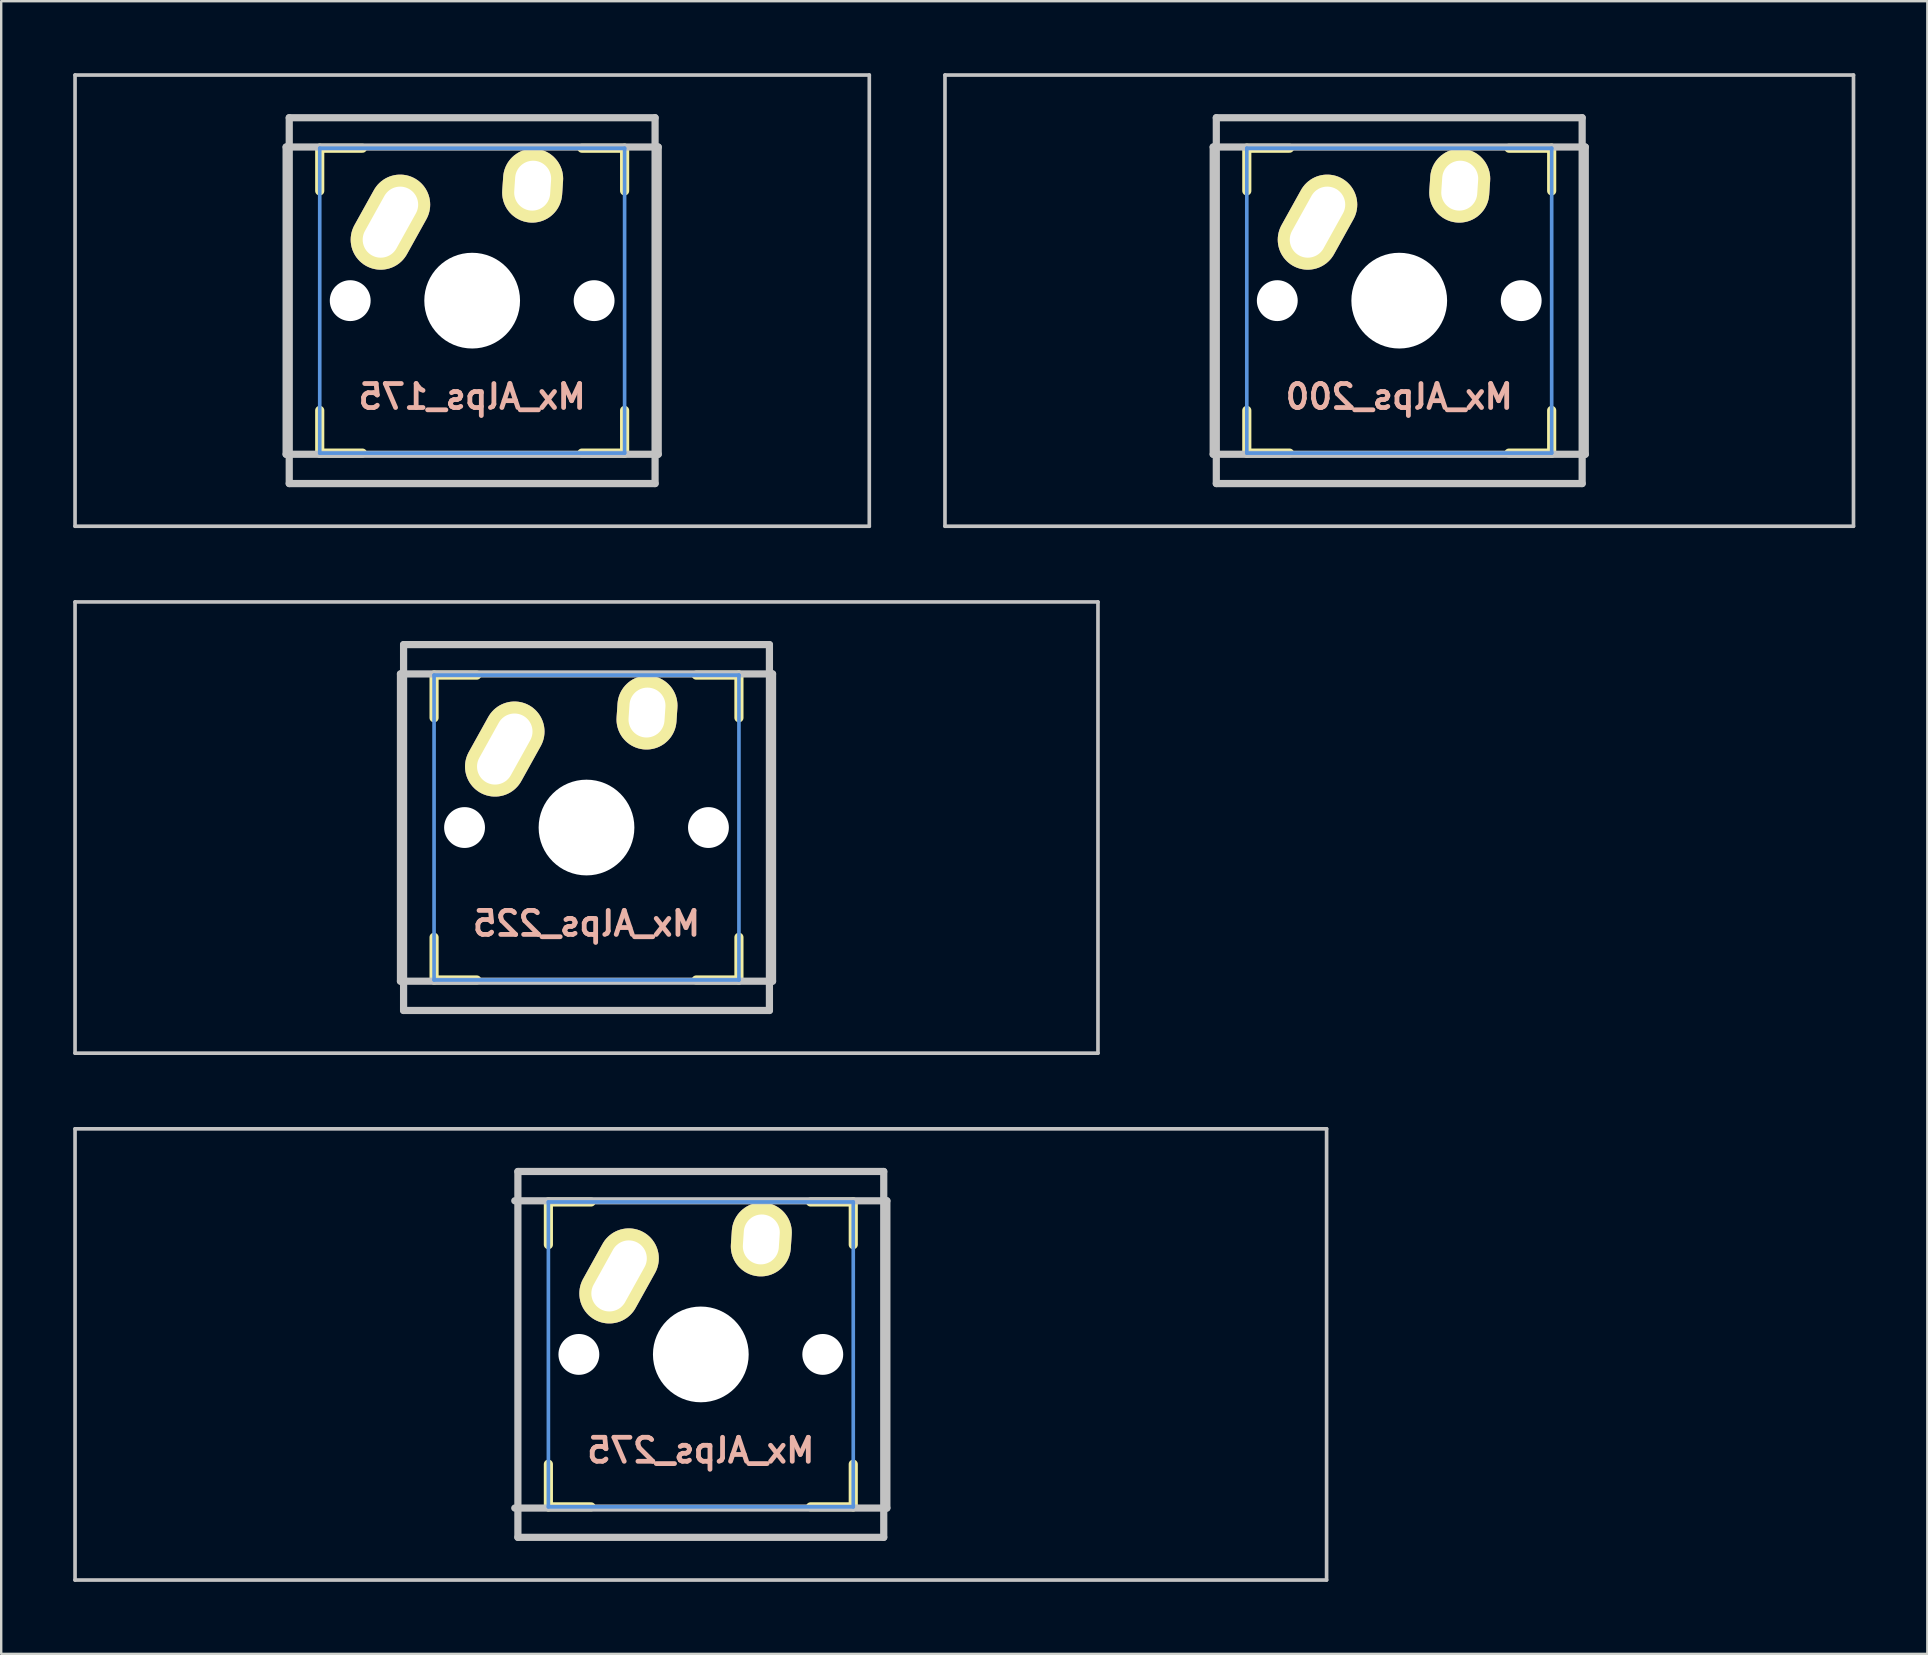
<source format=kicad_pcb>
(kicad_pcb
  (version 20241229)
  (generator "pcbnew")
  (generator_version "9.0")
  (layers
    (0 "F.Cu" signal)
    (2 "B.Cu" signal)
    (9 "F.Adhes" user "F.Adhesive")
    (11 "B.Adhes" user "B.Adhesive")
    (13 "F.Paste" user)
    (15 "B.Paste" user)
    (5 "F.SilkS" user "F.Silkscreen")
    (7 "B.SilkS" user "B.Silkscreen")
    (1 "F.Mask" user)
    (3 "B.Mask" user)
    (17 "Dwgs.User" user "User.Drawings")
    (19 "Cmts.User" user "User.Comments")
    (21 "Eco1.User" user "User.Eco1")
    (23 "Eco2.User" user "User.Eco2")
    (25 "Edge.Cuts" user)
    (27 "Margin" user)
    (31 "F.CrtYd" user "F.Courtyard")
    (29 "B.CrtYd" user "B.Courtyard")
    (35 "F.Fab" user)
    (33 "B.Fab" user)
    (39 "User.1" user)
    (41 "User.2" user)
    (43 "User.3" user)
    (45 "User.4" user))
  (footprint "Mx_Alps_225"
    (layer "F.Cu")
    (at 21.382 31.423)
    (property "Reference" "Mx_Alps_225" (at 0 4 0) (layer "B.SilkS") (effects (font (size 1 1) (thickness 0.2)) (justify mirror)))
    (attr through_hole)
    (fp_line (start -6.35 -6.35) (end -4.572 -6.35) (stroke (width 0.381) (type solid)) (layer "F.SilkS"))
    (fp_line (start -6.35 -4.572) (end -6.35 -6.35) (stroke (width 0.381) (type solid)) (layer "F.SilkS"))
    (fp_line (start -6.35 6.35) (end -6.35 4.572) (stroke (width 0.381) (type solid)) (layer "F.SilkS"))
    (fp_line (start -4.572 6.35) (end -6.35 6.35) (stroke (width 0.381) (type solid)) (layer "F.SilkS"))
    (fp_line (start 4.572 -6.35) (end 6.35 -6.35) (stroke (width 0.381) (type solid)) (layer "F.SilkS"))
    (fp_line (start 6.35 -6.35) (end 6.35 -4.572) (stroke (width 0.381) (type solid)) (layer "F.SilkS"))
    (fp_line (start 6.35 4.572) (end 6.35 6.35) (stroke (width 0.381) (type solid)) (layer "F.SilkS"))
    (fp_line (start 6.35 6.35) (end 4.572 6.35) (stroke (width 0.381) (type solid)) (layer "F.SilkS"))
    (fp_line (start -21.306 -9.398) (end 21.306 -9.398) (stroke (width 0.152) (type solid)) (layer "Dwgs.User"))
    (fp_line (start -21.306 9.398) (end -21.306 -9.398) (stroke (width 0.152) (type solid)) (layer "Dwgs.User"))
    (fp_line (start -7.75 6.4) (end -7.75 -6.4) (stroke (width 0.3) (type solid)) (layer "Dwgs.User"))
    (fp_line (start -7.75 6.4) (end 7.75 6.4) (stroke (width 0.3) (type solid)) (layer "Dwgs.User"))
    (fp_line (start -7.62 -7.62) (end 7.62 -7.62) (stroke (width 0.3) (type solid)) (layer "Dwgs.User"))
    (fp_line (start -7.62 7.62) (end -7.62 -7.62) (stroke (width 0.3) (type solid)) (layer "Dwgs.User"))
    (fp_line (start 7.62 -7.62) (end 7.62 7.62) (stroke (width 0.3) (type solid)) (layer "Dwgs.User"))
    (fp_line (start 7.62 7.62) (end -7.62 7.62) (stroke (width 0.3) (type solid)) (layer "Dwgs.User"))
    (fp_line (start 7.75 -6.4) (end -7.75 -6.4) (stroke (width 0.3) (type solid)) (layer "Dwgs.User"))
    (fp_line (start 7.75 6.4) (end 7.75 -6.4) (stroke (width 0.3) (type solid)) (layer "Dwgs.User"))
    (fp_line (start 21.306 -9.398) (end 21.306 9.398) (stroke (width 0.152) (type solid)) (layer "Dwgs.User"))
    (fp_line (start 21.306 9.398) (end -21.306 9.398) (stroke (width 0.152) (type solid)) (layer "Dwgs.User"))
    (fp_line (start -6.35 -6.35) (end 6.35 -6.35) (stroke (width 0.152) (type solid)) (layer "Cmts.User"))
    (fp_line (start -6.35 6.35) (end -6.35 -6.35) (stroke (width 0.152) (type solid)) (layer "Cmts.User"))
    (fp_line (start 6.35 -6.35) (end 6.35 6.35) (stroke (width 0.152) (type solid)) (layer "Cmts.User"))
    (fp_line (start 6.35 6.35) (end -6.35 6.35) (stroke (width 0.152) (type solid)) (layer "Cmts.User"))
    (fp_line (start -6.985 -6.985) (end 6.985 -6.985) (stroke (width 0.152) (type solid)) (layer "Eco2.User"))
    (fp_line (start -6.985 6.985) (end -6.985 -6.985) (stroke (width 0.152) (type solid)) (layer "Eco2.User"))
    (fp_line (start 6.985 -6.985) (end 6.985 6.985) (stroke (width 0.152) (type solid)) (layer "Eco2.User"))
    (fp_line (start 6.985 6.985) (end -6.985 6.985) (stroke (width 0.152) (type solid)) (layer "Eco2.User"))
    (pad "" np_thru_hole circle (at -5.08 0) (size 1.702 1.702) (drill 1.702) (layers "*.Cu"))
    (pad "" np_thru_hole circle (at 0 0) (size 3.988 3.988) (drill 3.988) (layers "*.Cu"))
    (pad "" np_thru_hole circle (at 5.08 0) (size 1.702 1.702) (drill 1.702) (layers "*.Cu"))
    (pad "1" thru_hole oval (at -3.405 -3.27 330.95) (size 2.5 4.17) (drill oval 1.5 3.17) (layers "*.Cu" "*.Mask" "F.SilkS"))
    (pad "2" thru_hole oval (at 2.52 -4.79 356.1) (size 2.5 3.08) (drill oval 1.5 2.08) (layers "*.Cu" "*.Mask" "F.SilkS")))
  (footprint "Mx_Alps_175"
    (layer "F.Cu")
    (at 16.619 9.474)
    (property "Reference" "Mx_Alps_175" (at 0 4 0) (layer "B.SilkS") (effects (font (size 1 1) (thickness 0.2)) (justify mirror)))
    (attr through_hole)
    (fp_line (start -6.35 -6.35) (end -4.572 -6.35) (stroke (width 0.381) (type solid)) (layer "F.SilkS"))
    (fp_line (start -6.35 -4.572) (end -6.35 -6.35) (stroke (width 0.381) (type solid)) (layer "F.SilkS"))
    (fp_line (start -6.35 6.35) (end -6.35 4.572) (stroke (width 0.381) (type solid)) (layer "F.SilkS"))
    (fp_line (start -4.572 6.35) (end -6.35 6.35) (stroke (width 0.381) (type solid)) (layer "F.SilkS"))
    (fp_line (start 4.572 -6.35) (end 6.35 -6.35) (stroke (width 0.381) (type solid)) (layer "F.SilkS"))
    (fp_line (start 6.35 -6.35) (end 6.35 -4.572) (stroke (width 0.381) (type solid)) (layer "F.SilkS"))
    (fp_line (start 6.35 4.572) (end 6.35 6.35) (stroke (width 0.381) (type solid)) (layer "F.SilkS"))
    (fp_line (start 6.35 6.35) (end 4.572 6.35) (stroke (width 0.381) (type solid)) (layer "F.SilkS"))
    (fp_line (start -16.543 -9.398) (end 16.543 -9.398) (stroke (width 0.152) (type solid)) (layer "Dwgs.User"))
    (fp_line (start -16.543 9.398) (end -16.543 -9.398) (stroke (width 0.152) (type solid)) (layer "Dwgs.User"))
    (fp_line (start -7.75 6.4) (end -7.75 -6.4) (stroke (width 0.3) (type solid)) (layer "Dwgs.User"))
    (fp_line (start -7.75 6.4) (end 7.75 6.4) (stroke (width 0.3) (type solid)) (layer "Dwgs.User"))
    (fp_line (start -7.62 -7.62) (end 7.62 -7.62) (stroke (width 0.3) (type solid)) (layer "Dwgs.User"))
    (fp_line (start -7.62 7.62) (end -7.62 -7.62) (stroke (width 0.3) (type solid)) (layer "Dwgs.User"))
    (fp_line (start 7.62 -7.62) (end 7.62 7.62) (stroke (width 0.3) (type solid)) (layer "Dwgs.User"))
    (fp_line (start 7.62 7.62) (end -7.62 7.62) (stroke (width 0.3) (type solid)) (layer "Dwgs.User"))
    (fp_line (start 7.75 -6.4) (end -7.75 -6.4) (stroke (width 0.3) (type solid)) (layer "Dwgs.User"))
    (fp_line (start 7.75 6.4) (end 7.75 -6.4) (stroke (width 0.3) (type solid)) (layer "Dwgs.User"))
    (fp_line (start 16.543 -9.398) (end 16.543 9.398) (stroke (width 0.152) (type solid)) (layer "Dwgs.User"))
    (fp_line (start 16.543 9.398) (end -16.543 9.398) (stroke (width 0.152) (type solid)) (layer "Dwgs.User"))
    (fp_line (start -6.35 -6.35) (end 6.35 -6.35) (stroke (width 0.152) (type solid)) (layer "Cmts.User"))
    (fp_line (start -6.35 6.35) (end -6.35 -6.35) (stroke (width 0.152) (type solid)) (layer "Cmts.User"))
    (fp_line (start 6.35 -6.35) (end 6.35 6.35) (stroke (width 0.152) (type solid)) (layer "Cmts.User"))
    (fp_line (start 6.35 6.35) (end -6.35 6.35) (stroke (width 0.152) (type solid)) (layer "Cmts.User"))
    (fp_line (start -6.985 -6.985) (end 6.985 -6.985) (stroke (width 0.152) (type solid)) (layer "Eco2.User"))
    (fp_line (start -6.985 6.985) (end -6.985 -6.985) (stroke (width 0.152) (type solid)) (layer "Eco2.User"))
    (fp_line (start 6.985 -6.985) (end 6.985 6.985) (stroke (width 0.152) (type solid)) (layer "Eco2.User"))
    (fp_line (start 6.985 6.985) (end -6.985 6.985) (stroke (width 0.152) (type solid)) (layer "Eco2.User"))
    (pad "" np_thru_hole circle (at -5.08 0) (size 1.702 1.702) (drill 1.702) (layers "*.Cu"))
    (pad "" np_thru_hole circle (at 0 0) (size 3.988 3.988) (drill 3.988) (layers "*.Cu"))
    (pad "" np_thru_hole circle (at 5.08 0) (size 1.702 1.702) (drill 1.702) (layers "*.Cu"))
    (pad "1" thru_hole oval (at -3.405 -3.27 330.95) (size 2.5 4.17) (drill oval 1.5 3.17) (layers "*.Cu" "*.Mask" "F.SilkS"))
    (pad "2" thru_hole oval (at 2.52 -4.79 356.1) (size 2.5 3.08) (drill oval 1.5 2.08) (layers "*.Cu" "*.Mask" "F.SilkS")))
  (footprint "Mx_Alps_275"
    (layer "F.Cu")
    (at 26.144 53.371)
    (property "Reference" "Mx_Alps_275" (at 0 4 0) (layer "B.SilkS") (effects (font (size 1 1) (thickness 0.2)) (justify mirror)))
    (attr through_hole)
    (fp_line (start -6.35 -6.35) (end -4.572 -6.35) (stroke (width 0.381) (type solid)) (layer "F.SilkS"))
    (fp_line (start -6.35 -4.572) (end -6.35 -6.35) (stroke (width 0.381) (type solid)) (layer "F.SilkS"))
    (fp_line (start -6.35 6.35) (end -6.35 4.572) (stroke (width 0.381) (type solid)) (layer "F.SilkS"))
    (fp_line (start -4.572 6.35) (end -6.35 6.35) (stroke (width 0.381) (type solid)) (layer "F.SilkS"))
    (fp_line (start 4.572 -6.35) (end 6.35 -6.35) (stroke (width 0.381) (type solid)) (layer "F.SilkS"))
    (fp_line (start 6.35 -6.35) (end 6.35 -4.572) (stroke (width 0.381) (type solid)) (layer "F.SilkS"))
    (fp_line (start 6.35 4.572) (end 6.35 6.35) (stroke (width 0.381) (type solid)) (layer "F.SilkS"))
    (fp_line (start 6.35 6.35) (end 4.572 6.35) (stroke (width 0.381) (type solid)) (layer "F.SilkS"))
    (fp_line (start -26.068 -9.398) (end 26.068 -9.398) (stroke (width 0.152) (type solid)) (layer "Dwgs.User"))
    (fp_line (start -26.068 9.398) (end -26.068 -9.398) (stroke (width 0.152) (type solid)) (layer "Dwgs.User"))
    (fp_line (start -7.75 6.4) (end 7.75 6.4) (stroke (width 0.3) (type solid)) (layer "Dwgs.User"))
    (fp_line (start -7.62 -7.62) (end 7.62 -7.62) (stroke (width 0.3) (type solid)) (layer "Dwgs.User"))
    (fp_line (start -7.62 7.62) (end -7.62 -7.62) (stroke (width 0.3) (type solid)) (layer "Dwgs.User"))
    (fp_line (start 7.62 -7.62) (end 7.62 7.62) (stroke (width 0.3) (type solid)) (layer "Dwgs.User"))
    (fp_line (start 7.62 7.62) (end -7.62 7.62) (stroke (width 0.3) (type solid)) (layer "Dwgs.User"))
    (fp_line (start 7.75 -6.4) (end -7.75 -6.4) (stroke (width 0.3) (type solid)) (layer "Dwgs.User"))
    (fp_line (start 7.75 6.4) (end 7.75 -6.4) (stroke (width 0.3) (type solid)) (layer "Dwgs.User"))
    (fp_line (start 26.068 -9.398) (end 26.068 9.398) (stroke (width 0.152) (type solid)) (layer "Dwgs.User"))
    (fp_line (start 26.068 9.398) (end -26.068 9.398) (stroke (width 0.152) (type solid)) (layer "Dwgs.User"))
    (fp_line (start -6.35 -6.35) (end 6.35 -6.35) (stroke (width 0.152) (type solid)) (layer "Cmts.User"))
    (fp_line (start -6.35 6.35) (end -6.35 -6.35) (stroke (width 0.152) (type solid)) (layer "Cmts.User"))
    (fp_line (start 6.35 -6.35) (end 6.35 6.35) (stroke (width 0.152) (type solid)) (layer "Cmts.User"))
    (fp_line (start 6.35 6.35) (end -6.35 6.35) (stroke (width 0.152) (type solid)) (layer "Cmts.User"))
    (fp_line (start -6.985 -6.985) (end 6.985 -6.985) (stroke (width 0.152) (type solid)) (layer "Eco2.User"))
    (fp_line (start -6.985 6.985) (end -6.985 -6.985) (stroke (width 0.152) (type solid)) (layer "Eco2.User"))
    (fp_line (start 6.985 -6.985) (end 6.985 6.985) (stroke (width 0.152) (type solid)) (layer "Eco2.User"))
    (fp_line (start 6.985 6.985) (end -6.985 6.985) (stroke (width 0.152) (type solid)) (layer "Eco2.User"))
    (pad "" np_thru_hole circle (at -5.08 0) (size 1.702 1.702) (drill 1.702) (layers "*.Cu"))
    (pad "" np_thru_hole circle (at 0 0) (size 3.988 3.988) (drill 3.988) (layers "*.Cu"))
    (pad "" np_thru_hole circle (at 5.08 0) (size 1.702 1.702) (drill 1.702) (layers "*.Cu"))
    (pad "1" thru_hole oval (at -3.405 -3.27 330.95) (size 2.5 4.17) (drill oval 1.5 3.17) (layers "*.Cu" "*.Mask" "F.SilkS"))
    (pad "2" thru_hole oval (at 2.52 -4.79 356.1) (size 2.5 3.08) (drill oval 1.5 2.08) (layers "*.Cu" "*.Mask" "F.SilkS")))
  (footprint "Mx_Alps_200"
    (layer "F.Cu")
    (at 55.238 9.474)
    (property "Reference" "Mx_Alps_200" (at 0 4 0) (layer "B.SilkS") (effects (font (size 1 1) (thickness 0.2)) (justify mirror)))
    (attr through_hole)
    (fp_line (start -6.35 -6.35) (end -4.572 -6.35) (stroke (width 0.381) (type solid)) (layer "F.SilkS"))
    (fp_line (start -6.35 -4.572) (end -6.35 -6.35) (stroke (width 0.381) (type solid)) (layer "F.SilkS"))
    (fp_line (start -6.35 6.35) (end -6.35 4.572) (stroke (width 0.381) (type solid)) (layer "F.SilkS"))
    (fp_line (start -4.572 6.35) (end -6.35 6.35) (stroke (width 0.381) (type solid)) (layer "F.SilkS"))
    (fp_line (start 4.572 -6.35) (end 6.35 -6.35) (stroke (width 0.381) (type solid)) (layer "F.SilkS"))
    (fp_line (start 6.35 -6.35) (end 6.35 -4.572) (stroke (width 0.381) (type solid)) (layer "F.SilkS"))
    (fp_line (start 6.35 4.572) (end 6.35 6.35) (stroke (width 0.381) (type solid)) (layer "F.SilkS"))
    (fp_line (start 6.35 6.35) (end 4.572 6.35) (stroke (width 0.381) (type solid)) (layer "F.SilkS"))
    (fp_line (start -18.923 -9.398) (end 18.923 -9.398) (stroke (width 0.152) (type solid)) (layer "Dwgs.User"))
    (fp_line (start -18.923 9.398) (end -18.923 -9.398) (stroke (width 0.152) (type solid)) (layer "Dwgs.User"))
    (fp_line (start -7.75 6.4) (end -7.75 -6.4) (stroke (width 0.3) (type solid)) (layer "Dwgs.User"))
    (fp_line (start -7.75 6.4) (end 7.75 6.4) (stroke (width 0.3) (type solid)) (layer "Dwgs.User"))
    (fp_line (start -7.62 -7.62) (end 7.62 -7.62) (stroke (width 0.3) (type solid)) (layer "Dwgs.User"))
    (fp_line (start -7.62 7.62) (end -7.62 -7.62) (stroke (width 0.3) (type solid)) (layer "Dwgs.User"))
    (fp_line (start 7.62 -7.62) (end 7.62 7.62) (stroke (width 0.3) (type solid)) (layer "Dwgs.User"))
    (fp_line (start 7.62 7.62) (end -7.62 7.62) (stroke (width 0.3) (type solid)) (layer "Dwgs.User"))
    (fp_line (start 7.75 -6.4) (end -7.75 -6.4) (stroke (width 0.3) (type solid)) (layer "Dwgs.User"))
    (fp_line (start 7.75 6.4) (end 7.75 -6.4) (stroke (width 0.3) (type solid)) (layer "Dwgs.User"))
    (fp_line (start 18.923 -9.398) (end 18.923 9.398) (stroke (width 0.152) (type solid)) (layer "Dwgs.User"))
    (fp_line (start 18.923 9.398) (end -18.923 9.398) (stroke (width 0.152) (type solid)) (layer "Dwgs.User"))
    (fp_line (start -6.35 -6.35) (end 6.35 -6.35) (stroke (width 0.152) (type solid)) (layer "Cmts.User"))
    (fp_line (start -6.35 6.35) (end -6.35 -6.35) (stroke (width 0.152) (type solid)) (layer "Cmts.User"))
    (fp_line (start 6.35 -6.35) (end 6.35 6.35) (stroke (width 0.152) (type solid)) (layer "Cmts.User"))
    (fp_line (start 6.35 6.35) (end -6.35 6.35) (stroke (width 0.152) (type solid)) (layer "Cmts.User"))
    (fp_line (start -6.985 -6.985) (end 6.985 -6.985) (stroke (width 0.152) (type solid)) (layer "Eco2.User"))
    (fp_line (start -6.985 6.985) (end -6.985 -6.985) (stroke (width 0.152) (type solid)) (layer "Eco2.User"))
    (fp_line (start 6.985 -6.985) (end 6.985 6.985) (stroke (width 0.152) (type solid)) (layer "Eco2.User"))
    (fp_line (start 6.985 6.985) (end -6.985 6.985) (stroke (width 0.152) (type solid)) (layer "Eco2.User"))
    (pad "" np_thru_hole circle (at -5.08 0) (size 1.702 1.702) (drill 1.702) (layers "*.Cu"))
    (pad "" np_thru_hole circle (at 0 0) (size 3.988 3.988) (drill 3.988) (layers "*.Cu"))
    (pad "" np_thru_hole circle (at 5.08 0) (size 1.702 1.702) (drill 1.702) (layers "*.Cu"))
    (pad "1" thru_hole oval (at -3.405 -3.27 330.95) (size 2.5 4.17) (drill oval 1.5 3.17) (layers "*.Cu" "*.Mask" "F.SilkS"))
    (pad "2" thru_hole oval (at 2.52 -4.79 356.1) (size 2.5 3.08) (drill oval 1.5 2.08) (layers "*.Cu" "*.Mask" "F.SilkS")))
  (gr_rect
    (start -3 -3)
    (end 77.237 65.845)
    (stroke (width 0.1) (type default))
    (fill no)
    (layer "Edge.Cuts")))
</source>
